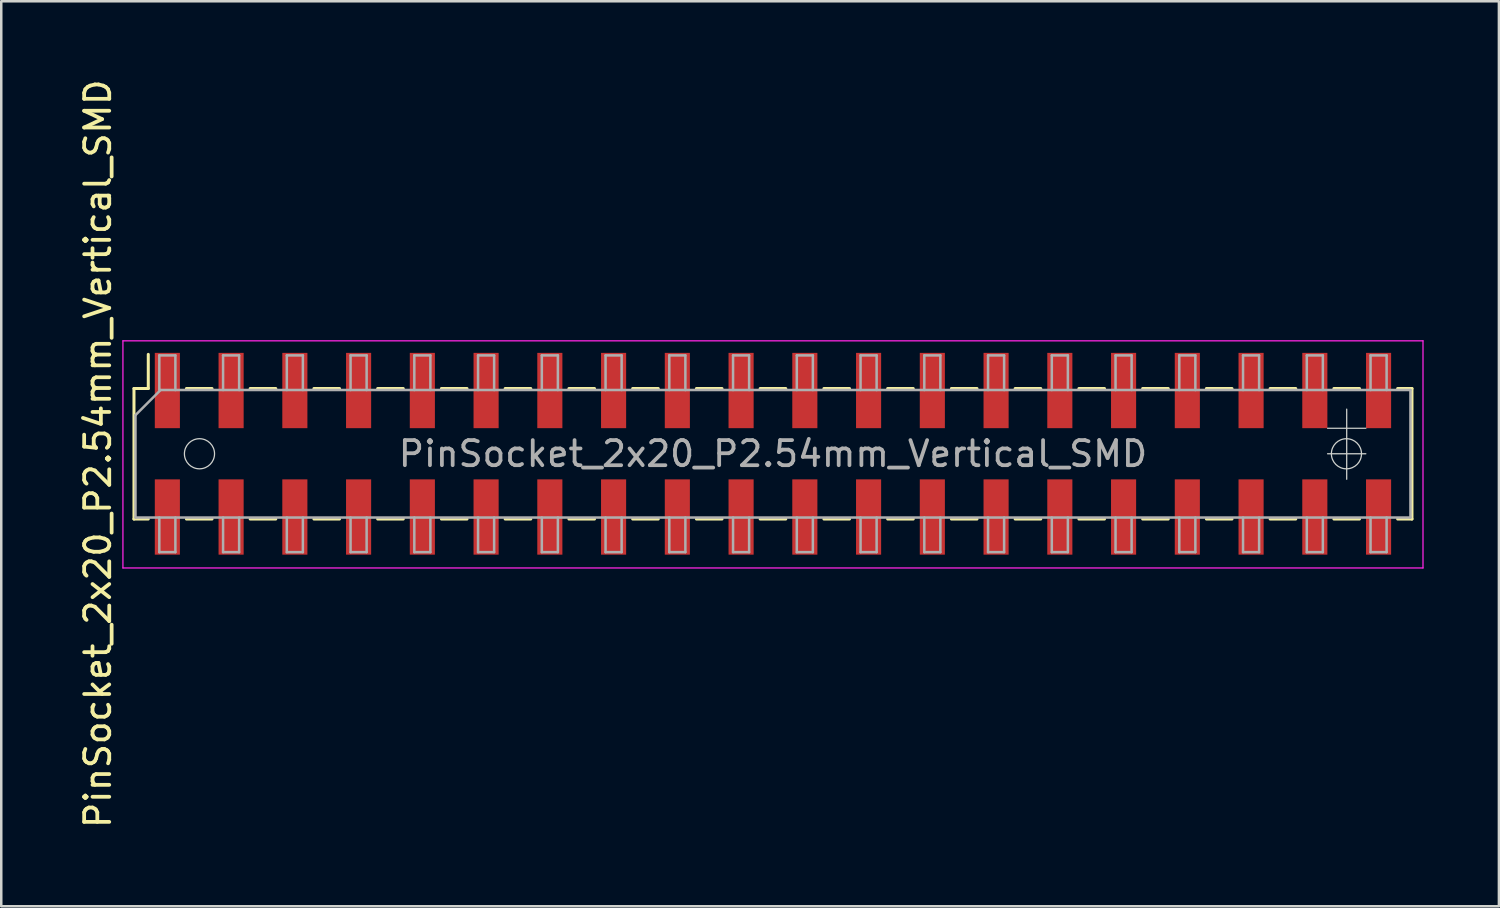
<source format=kicad_pcb>
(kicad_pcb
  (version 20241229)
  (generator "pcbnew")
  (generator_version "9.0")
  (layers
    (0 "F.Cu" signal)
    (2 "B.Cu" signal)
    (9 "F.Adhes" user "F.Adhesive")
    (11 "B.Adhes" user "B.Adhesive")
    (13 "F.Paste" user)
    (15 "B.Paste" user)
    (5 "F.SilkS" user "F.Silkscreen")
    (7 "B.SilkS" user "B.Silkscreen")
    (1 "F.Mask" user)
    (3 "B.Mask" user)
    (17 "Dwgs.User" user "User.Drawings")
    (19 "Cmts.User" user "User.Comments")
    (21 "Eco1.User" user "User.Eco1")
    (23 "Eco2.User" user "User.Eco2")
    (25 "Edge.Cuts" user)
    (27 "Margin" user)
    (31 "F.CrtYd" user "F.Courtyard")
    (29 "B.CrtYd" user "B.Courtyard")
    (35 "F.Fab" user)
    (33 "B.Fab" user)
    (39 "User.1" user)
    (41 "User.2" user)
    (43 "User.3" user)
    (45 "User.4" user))
  (footprint "PinSocket_2x20_P2.54mm_Vertical_SMD"
    (layer "F.Cu")
    (at 27.748 15.05)
    (property "Reference" "PinSocket_2x20_P2.54mm_Vertical_SMD" (at -26.9 -0.02 90) (layer "F.SilkS") (effects (font (size 1 1) (thickness 0.15))))
    (attr smd)
    (fp_line (start -25.46 -2.62) (end -24.89 -2.62) (stroke (width 0.12) (type solid)) (layer "F.SilkS"))
    (fp_line (start -25.46 2.58) (end -25.46 -2.62) (stroke (width 0.12) (type solid)) (layer "F.SilkS"))
    (fp_line (start -25.46 2.58) (end -24.89 2.58) (stroke (width 0.12) (type solid)) (layer "F.SilkS"))
    (fp_line (start -24.89 -2.62) (end -24.89 -3.98) (stroke (width 0.12) (type solid)) (layer "F.SilkS"))
    (fp_line (start -23.37 -2.62) (end -22.35 -2.62) (stroke (width 0.12) (type solid)) (layer "F.SilkS"))
    (fp_line (start -23.37 2.58) (end -22.35 2.58) (stroke (width 0.12) (type solid)) (layer "F.SilkS"))
    (fp_line (start -20.83 -2.62) (end -19.81 -2.62) (stroke (width 0.12) (type solid)) (layer "F.SilkS"))
    (fp_line (start -20.83 2.58) (end -19.81 2.58) (stroke (width 0.12) (type solid)) (layer "F.SilkS"))
    (fp_line (start -18.29 -2.62) (end -17.27 -2.62) (stroke (width 0.12) (type solid)) (layer "F.SilkS"))
    (fp_line (start -18.29 2.58) (end -17.27 2.58) (stroke (width 0.12) (type solid)) (layer "F.SilkS"))
    (fp_line (start -15.75 -2.62) (end -14.73 -2.62) (stroke (width 0.12) (type solid)) (layer "F.SilkS"))
    (fp_line (start -15.75 2.58) (end -14.73 2.58) (stroke (width 0.12) (type solid)) (layer "F.SilkS"))
    (fp_line (start -13.21 -2.62) (end -12.19 -2.62) (stroke (width 0.12) (type solid)) (layer "F.SilkS"))
    (fp_line (start -13.21 2.58) (end -12.19 2.58) (stroke (width 0.12) (type solid)) (layer "F.SilkS"))
    (fp_line (start -10.67 -2.62) (end -9.65 -2.62) (stroke (width 0.12) (type solid)) (layer "F.SilkS"))
    (fp_line (start -10.67 2.58) (end -9.65 2.58) (stroke (width 0.12) (type solid)) (layer "F.SilkS"))
    (fp_line (start -8.13 -2.62) (end -7.11 -2.62) (stroke (width 0.12) (type solid)) (layer "F.SilkS"))
    (fp_line (start -8.13 2.58) (end -7.11 2.58) (stroke (width 0.12) (type solid)) (layer "F.SilkS"))
    (fp_line (start -5.59 -2.62) (end -4.57 -2.62) (stroke (width 0.12) (type solid)) (layer "F.SilkS"))
    (fp_line (start -5.59 2.58) (end -4.57 2.58) (stroke (width 0.12) (type solid)) (layer "F.SilkS"))
    (fp_line (start -3.05 -2.62) (end -2.03 -2.62) (stroke (width 0.12) (type solid)) (layer "F.SilkS"))
    (fp_line (start -3.05 2.58) (end -2.03 2.58) (stroke (width 0.12) (type solid)) (layer "F.SilkS"))
    (fp_line (start -0.51 -2.62) (end 0.51 -2.62) (stroke (width 0.12) (type solid)) (layer "F.SilkS"))
    (fp_line (start -0.51 2.58) (end 0.51 2.58) (stroke (width 0.12) (type solid)) (layer "F.SilkS"))
    (fp_line (start 2.03 -2.62) (end 3.05 -2.62) (stroke (width 0.12) (type solid)) (layer "F.SilkS"))
    (fp_line (start 2.03 2.58) (end 3.05 2.58) (stroke (width 0.12) (type solid)) (layer "F.SilkS"))
    (fp_line (start 4.57 -2.62) (end 5.59 -2.62) (stroke (width 0.12) (type solid)) (layer "F.SilkS"))
    (fp_line (start 4.57 2.58) (end 5.59 2.58) (stroke (width 0.12) (type solid)) (layer "F.SilkS"))
    (fp_line (start 7.11 -2.62) (end 8.13 -2.62) (stroke (width 0.12) (type solid)) (layer "F.SilkS"))
    (fp_line (start 7.11 2.58) (end 8.13 2.58) (stroke (width 0.12) (type solid)) (layer "F.SilkS"))
    (fp_line (start 9.65 -2.62) (end 10.67 -2.62) (stroke (width 0.12) (type solid)) (layer "F.SilkS"))
    (fp_line (start 9.65 2.58) (end 10.67 2.58) (stroke (width 0.12) (type solid)) (layer "F.SilkS"))
    (fp_line (start 12.19 -2.62) (end 13.21 -2.62) (stroke (width 0.12) (type solid)) (layer "F.SilkS"))
    (fp_line (start 12.19 2.58) (end 13.21 2.58) (stroke (width 0.12) (type solid)) (layer "F.SilkS"))
    (fp_line (start 14.73 -2.62) (end 15.75 -2.62) (stroke (width 0.12) (type solid)) (layer "F.SilkS"))
    (fp_line (start 14.73 2.58) (end 15.75 2.58) (stroke (width 0.12) (type solid)) (layer "F.SilkS"))
    (fp_line (start 17.27 -2.62) (end 18.29 -2.62) (stroke (width 0.12) (type solid)) (layer "F.SilkS"))
    (fp_line (start 17.27 2.58) (end 18.29 2.58) (stroke (width 0.12) (type solid)) (layer "F.SilkS"))
    (fp_line (start 19.81 -2.62) (end 20.83 -2.62) (stroke (width 0.12) (type solid)) (layer "F.SilkS"))
    (fp_line (start 19.81 2.58) (end 20.83 2.58) (stroke (width 0.12) (type solid)) (layer "F.SilkS"))
    (fp_line (start 22.35 -2.62) (end 23.37 -2.62) (stroke (width 0.12) (type solid)) (layer "F.SilkS"))
    (fp_line (start 22.35 2.58) (end 23.37 2.58) (stroke (width 0.12) (type solid)) (layer "F.SilkS"))
    (fp_line (start 24.89 -2.62) (end 25.46 -2.62) (stroke (width 0.12) (type solid)) (layer "F.SilkS"))
    (fp_line (start 24.89 2.58) (end 25.46 2.58) (stroke (width 0.12) (type solid)) (layer "F.SilkS"))
    (fp_line (start 25.46 2.58) (end 25.46 -2.62) (stroke (width 0.12) (type solid)) (layer "F.SilkS"))
    (fp_line (start 22.86 -1.798) (end 22.86 0.996) (stroke (width 0.05) (type default)) (layer "Edge.Cuts"))
    (fp_line (start 23.622 -1.036) (end 22.098 -1.036) (stroke (width 0.05) (type default)) (layer "Edge.Cuts"))
    (fp_line (start 23.622 -0.02) (end 22.098 -0.02) (stroke (width 0.05) (type default)) (layer "Edge.Cuts"))
    (fp_circle (center -22.85 -0.02) (end -22.85 -0.62) (stroke (width 0.05) (type default)) (fill no) (layer "Edge.Cuts"))
    (fp_circle (center 22.85 -0.02) (end 22.85 -0.62) (stroke (width 0.05) (type default)) (fill no) (layer "Edge.Cuts"))
    (fp_line (start -25.9 -4.52) (end 25.9 -4.52) (stroke (width 0.05) (type solid)) (layer "F.CrtYd"))
    (fp_line (start -25.9 4.53) (end -25.9 -4.52) (stroke (width 0.05) (type solid)) (layer "F.CrtYd"))
    (fp_line (start 25.9 -4.52) (end 25.9 4.53) (stroke (width 0.05) (type solid)) (layer "F.CrtYd"))
    (fp_line (start 25.9 4.53) (end -25.9 4.53) (stroke (width 0.05) (type solid)) (layer "F.CrtYd"))
    (fp_line (start -25.4 -1.56) (end -24.4 -2.56) (stroke (width 0.1) (type solid)) (layer "F.Fab"))
    (fp_line (start -25.4 2.52) (end -25.4 -1.56) (stroke (width 0.1) (type solid)) (layer "F.Fab"))
    (fp_line (start -24.45 -3.94) (end -23.81 -3.94) (stroke (width 0.1) (type solid)) (layer "F.Fab"))
    (fp_line (start -24.45 -2.56) (end -24.45 -3.94) (stroke (width 0.1) (type solid)) (layer "F.Fab"))
    (fp_line (start -24.45 3.9) (end -24.45 2.52) (stroke (width 0.1) (type solid)) (layer "F.Fab"))
    (fp_line (start -24.4 -2.56) (end 25.4 -2.56) (stroke (width 0.1) (type solid)) (layer "F.Fab"))
    (fp_line (start -23.81 -3.94) (end -23.81 -2.56) (stroke (width 0.1) (type solid)) (layer "F.Fab"))
    (fp_line (start -23.81 2.52) (end -23.81 3.9) (stroke (width 0.1) (type solid)) (layer "F.Fab"))
    (fp_line (start -23.81 3.9) (end -24.45 3.9) (stroke (width 0.1) (type solid)) (layer "F.Fab"))
    (fp_line (start -21.91 -3.94) (end -21.27 -3.94) (stroke (width 0.1) (type solid)) (layer "F.Fab"))
    (fp_line (start -21.91 -2.56) (end -21.91 -3.94) (stroke (width 0.1) (type solid)) (layer "F.Fab"))
    (fp_line (start -21.91 3.9) (end -21.91 2.52) (stroke (width 0.1) (type solid)) (layer "F.Fab"))
    (fp_line (start -21.27 -3.94) (end -21.27 -2.56) (stroke (width 0.1) (type solid)) (layer "F.Fab"))
    (fp_line (start -21.27 2.52) (end -21.27 3.9) (stroke (width 0.1) (type solid)) (layer "F.Fab"))
    (fp_line (start -21.27 3.9) (end -21.91 3.9) (stroke (width 0.1) (type solid)) (layer "F.Fab"))
    (fp_line (start -19.37 -3.94) (end -18.73 -3.94) (stroke (width 0.1) (type solid)) (layer "F.Fab"))
    (fp_line (start -19.37 -2.56) (end -19.37 -3.94) (stroke (width 0.1) (type solid)) (layer "F.Fab"))
    (fp_line (start -19.37 3.9) (end -19.37 2.52) (stroke (width 0.1) (type solid)) (layer "F.Fab"))
    (fp_line (start -18.73 -3.94) (end -18.73 -2.56) (stroke (width 0.1) (type solid)) (layer "F.Fab"))
    (fp_line (start -18.73 2.52) (end -18.73 3.9) (stroke (width 0.1) (type solid)) (layer "F.Fab"))
    (fp_line (start -18.73 3.9) (end -19.37 3.9) (stroke (width 0.1) (type solid)) (layer "F.Fab"))
    (fp_line (start -16.83 -3.94) (end -16.19 -3.94) (stroke (width 0.1) (type solid)) (layer "F.Fab"))
    (fp_line (start -16.83 -2.56) (end -16.83 -3.94) (stroke (width 0.1) (type solid)) (layer "F.Fab"))
    (fp_line (start -16.83 3.9) (end -16.83 2.52) (stroke (width 0.1) (type solid)) (layer "F.Fab"))
    (fp_line (start -16.19 -3.94) (end -16.19 -2.56) (stroke (width 0.1) (type solid)) (layer "F.Fab"))
    (fp_line (start -16.19 2.52) (end -16.19 3.9) (stroke (width 0.1) (type solid)) (layer "F.Fab"))
    (fp_line (start -16.19 3.9) (end -16.83 3.9) (stroke (width 0.1) (type solid)) (layer "F.Fab"))
    (fp_line (start -14.29 -3.94) (end -13.65 -3.94) (stroke (width 0.1) (type solid)) (layer "F.Fab"))
    (fp_line (start -14.29 -2.56) (end -14.29 -3.94) (stroke (width 0.1) (type solid)) (layer "F.Fab"))
    (fp_line (start -14.29 3.9) (end -14.29 2.52) (stroke (width 0.1) (type solid)) (layer "F.Fab"))
    (fp_line (start -13.65 -3.94) (end -13.65 -2.56) (stroke (width 0.1) (type solid)) (layer "F.Fab"))
    (fp_line (start -13.65 2.52) (end -13.65 3.9) (stroke (width 0.1) (type solid)) (layer "F.Fab"))
    (fp_line (start -13.65 3.9) (end -14.29 3.9) (stroke (width 0.1) (type solid)) (layer "F.Fab"))
    (fp_line (start -11.75 -3.94) (end -11.11 -3.94) (stroke (width 0.1) (type solid)) (layer "F.Fab"))
    (fp_line (start -11.75 -2.56) (end -11.75 -3.94) (stroke (width 0.1) (type solid)) (layer "F.Fab"))
    (fp_line (start -11.75 3.9) (end -11.75 2.52) (stroke (width 0.1) (type solid)) (layer "F.Fab"))
    (fp_line (start -11.11 -3.94) (end -11.11 -2.56) (stroke (width 0.1) (type solid)) (layer "F.Fab"))
    (fp_line (start -11.11 2.52) (end -11.11 3.9) (stroke (width 0.1) (type solid)) (layer "F.Fab"))
    (fp_line (start -11.11 3.9) (end -11.75 3.9) (stroke (width 0.1) (type solid)) (layer "F.Fab"))
    (fp_line (start -9.21 -3.94) (end -8.57 -3.94) (stroke (width 0.1) (type solid)) (layer "F.Fab"))
    (fp_line (start -9.21 -2.56) (end -9.21 -3.94) (stroke (width 0.1) (type solid)) (layer "F.Fab"))
    (fp_line (start -9.21 3.9) (end -9.21 2.52) (stroke (width 0.1) (type solid)) (layer "F.Fab"))
    (fp_line (start -8.57 -3.94) (end -8.57 -2.56) (stroke (width 0.1) (type solid)) (layer "F.Fab"))
    (fp_line (start -8.57 2.52) (end -8.57 3.9) (stroke (width 0.1) (type solid)) (layer "F.Fab"))
    (fp_line (start -8.57 3.9) (end -9.21 3.9) (stroke (width 0.1) (type solid)) (layer "F.Fab"))
    (fp_line (start -6.67 -3.94) (end -6.03 -3.94) (stroke (width 0.1) (type solid)) (layer "F.Fab"))
    (fp_line (start -6.67 -2.56) (end -6.67 -3.94) (stroke (width 0.1) (type solid)) (layer "F.Fab"))
    (fp_line (start -6.67 3.9) (end -6.67 2.52) (stroke (width 0.1) (type solid)) (layer "F.Fab"))
    (fp_line (start -6.03 -3.94) (end -6.03 -2.56) (stroke (width 0.1) (type solid)) (layer "F.Fab"))
    (fp_line (start -6.03 2.52) (end -6.03 3.9) (stroke (width 0.1) (type solid)) (layer "F.Fab"))
    (fp_line (start -6.03 3.9) (end -6.67 3.9) (stroke (width 0.1) (type solid)) (layer "F.Fab"))
    (fp_line (start -4.13 -3.94) (end -3.49 -3.94) (stroke (width 0.1) (type solid)) (layer "F.Fab"))
    (fp_line (start -4.13 -2.56) (end -4.13 -3.94) (stroke (width 0.1) (type solid)) (layer "F.Fab"))
    (fp_line (start -4.13 3.9) (end -4.13 2.52) (stroke (width 0.1) (type solid)) (layer "F.Fab"))
    (fp_line (start -3.49 -3.94) (end -3.49 -2.56) (stroke (width 0.1) (type solid)) (layer "F.Fab"))
    (fp_line (start -3.49 2.52) (end -3.49 3.9) (stroke (width 0.1) (type solid)) (layer "F.Fab"))
    (fp_line (start -3.49 3.9) (end -4.13 3.9) (stroke (width 0.1) (type solid)) (layer "F.Fab"))
    (fp_line (start -1.59 -3.94) (end -0.95 -3.94) (stroke (width 0.1) (type solid)) (layer "F.Fab"))
    (fp_line (start -1.59 -2.56) (end -1.59 -3.94) (stroke (width 0.1) (type solid)) (layer "F.Fab"))
    (fp_line (start -1.59 3.9) (end -1.59 2.52) (stroke (width 0.1) (type solid)) (layer "F.Fab"))
    (fp_line (start -0.95 -3.94) (end -0.95 -2.56) (stroke (width 0.1) (type solid)) (layer "F.Fab"))
    (fp_line (start -0.95 2.52) (end -0.95 3.9) (stroke (width 0.1) (type solid)) (layer "F.Fab"))
    (fp_line (start -0.95 3.9) (end -1.59 3.9) (stroke (width 0.1) (type solid)) (layer "F.Fab"))
    (fp_line (start 0.95 -3.94) (end 1.59 -3.94) (stroke (width 0.1) (type solid)) (layer "F.Fab"))
    (fp_line (start 0.95 -2.56) (end 0.95 -3.94) (stroke (width 0.1) (type solid)) (layer "F.Fab"))
    (fp_line (start 0.95 3.9) (end 0.95 2.52) (stroke (width 0.1) (type solid)) (layer "F.Fab"))
    (fp_line (start 1.59 -3.94) (end 1.59 -2.56) (stroke (width 0.1) (type solid)) (layer "F.Fab"))
    (fp_line (start 1.59 2.52) (end 1.59 3.9) (stroke (width 0.1) (type solid)) (layer "F.Fab"))
    (fp_line (start 1.59 3.9) (end 0.95 3.9) (stroke (width 0.1) (type solid)) (layer "F.Fab"))
    (fp_line (start 3.49 -3.94) (end 4.13 -3.94) (stroke (width 0.1) (type solid)) (layer "F.Fab"))
    (fp_line (start 3.49 -2.56) (end 3.49 -3.94) (stroke (width 0.1) (type solid)) (layer "F.Fab"))
    (fp_line (start 3.49 3.9) (end 3.49 2.52) (stroke (width 0.1) (type solid)) (layer "F.Fab"))
    (fp_line (start 4.13 -3.94) (end 4.13 -2.56) (stroke (width 0.1) (type solid)) (layer "F.Fab"))
    (fp_line (start 4.13 2.52) (end 4.13 3.9) (stroke (width 0.1) (type solid)) (layer "F.Fab"))
    (fp_line (start 4.13 3.9) (end 3.49 3.9) (stroke (width 0.1) (type solid)) (layer "F.Fab"))
    (fp_line (start 6.03 -3.94) (end 6.67 -3.94) (stroke (width 0.1) (type solid)) (layer "F.Fab"))
    (fp_line (start 6.03 -2.56) (end 6.03 -3.94) (stroke (width 0.1) (type solid)) (layer "F.Fab"))
    (fp_line (start 6.03 3.9) (end 6.03 2.52) (stroke (width 0.1) (type solid)) (layer "F.Fab"))
    (fp_line (start 6.67 -3.94) (end 6.67 -2.56) (stroke (width 0.1) (type solid)) (layer "F.Fab"))
    (fp_line (start 6.67 2.52) (end 6.67 3.9) (stroke (width 0.1) (type solid)) (layer "F.Fab"))
    (fp_line (start 6.67 3.9) (end 6.03 3.9) (stroke (width 0.1) (type solid)) (layer "F.Fab"))
    (fp_line (start 8.57 -3.94) (end 9.21 -3.94) (stroke (width 0.1) (type solid)) (layer "F.Fab"))
    (fp_line (start 8.57 -2.56) (end 8.57 -3.94) (stroke (width 0.1) (type solid)) (layer "F.Fab"))
    (fp_line (start 8.57 3.9) (end 8.57 2.52) (stroke (width 0.1) (type solid)) (layer "F.Fab"))
    (fp_line (start 9.21 -3.94) (end 9.21 -2.56) (stroke (width 0.1) (type solid)) (layer "F.Fab"))
    (fp_line (start 9.21 2.52) (end 9.21 3.9) (stroke (width 0.1) (type solid)) (layer "F.Fab"))
    (fp_line (start 9.21 3.9) (end 8.57 3.9) (stroke (width 0.1) (type solid)) (layer "F.Fab"))
    (fp_line (start 11.11 -3.94) (end 11.75 -3.94) (stroke (width 0.1) (type solid)) (layer "F.Fab"))
    (fp_line (start 11.11 -2.56) (end 11.11 -3.94) (stroke (width 0.1) (type solid)) (layer "F.Fab"))
    (fp_line (start 11.11 3.9) (end 11.11 2.52) (stroke (width 0.1) (type solid)) (layer "F.Fab"))
    (fp_line (start 11.75 -3.94) (end 11.75 -2.56) (stroke (width 0.1) (type solid)) (layer "F.Fab"))
    (fp_line (start 11.75 2.52) (end 11.75 3.9) (stroke (width 0.1) (type solid)) (layer "F.Fab"))
    (fp_line (start 11.75 3.9) (end 11.11 3.9) (stroke (width 0.1) (type solid)) (layer "F.Fab"))
    (fp_line (start 13.65 -3.94) (end 14.29 -3.94) (stroke (width 0.1) (type solid)) (layer "F.Fab"))
    (fp_line (start 13.65 -2.56) (end 13.65 -3.94) (stroke (width 0.1) (type solid)) (layer "F.Fab"))
    (fp_line (start 13.65 3.9) (end 13.65 2.52) (stroke (width 0.1) (type solid)) (layer "F.Fab"))
    (fp_line (start 14.29 -3.94) (end 14.29 -2.56) (stroke (width 0.1) (type solid)) (layer "F.Fab"))
    (fp_line (start 14.29 2.52) (end 14.29 3.9) (stroke (width 0.1) (type solid)) (layer "F.Fab"))
    (fp_line (start 14.29 3.9) (end 13.65 3.9) (stroke (width 0.1) (type solid)) (layer "F.Fab"))
    (fp_line (start 16.19 -3.94) (end 16.83 -3.94) (stroke (width 0.1) (type solid)) (layer "F.Fab"))
    (fp_line (start 16.19 -2.56) (end 16.19 -3.94) (stroke (width 0.1) (type solid)) (layer "F.Fab"))
    (fp_line (start 16.19 3.9) (end 16.19 2.52) (stroke (width 0.1) (type solid)) (layer "F.Fab"))
    (fp_line (start 16.83 -3.94) (end 16.83 -2.56) (stroke (width 0.1) (type solid)) (layer "F.Fab"))
    (fp_line (start 16.83 2.52) (end 16.83 3.9) (stroke (width 0.1) (type solid)) (layer "F.Fab"))
    (fp_line (start 16.83 3.9) (end 16.19 3.9) (stroke (width 0.1) (type solid)) (layer "F.Fab"))
    (fp_line (start 18.73 -3.94) (end 19.37 -3.94) (stroke (width 0.1) (type solid)) (layer "F.Fab"))
    (fp_line (start 18.73 -2.56) (end 18.73 -3.94) (stroke (width 0.1) (type solid)) (layer "F.Fab"))
    (fp_line (start 18.73 3.9) (end 18.73 2.52) (stroke (width 0.1) (type solid)) (layer "F.Fab"))
    (fp_line (start 19.37 -3.94) (end 19.37 -2.56) (stroke (width 0.1) (type solid)) (layer "F.Fab"))
    (fp_line (start 19.37 2.52) (end 19.37 3.9) (stroke (width 0.1) (type solid)) (layer "F.Fab"))
    (fp_line (start 19.37 3.9) (end 18.73 3.9) (stroke (width 0.1) (type solid)) (layer "F.Fab"))
    (fp_line (start 21.27 -3.94) (end 21.91 -3.94) (stroke (width 0.1) (type solid)) (layer "F.Fab"))
    (fp_line (start 21.27 -2.56) (end 21.27 -3.94) (stroke (width 0.1) (type solid)) (layer "F.Fab"))
    (fp_line (start 21.27 3.9) (end 21.27 2.52) (stroke (width 0.1) (type solid)) (layer "F.Fab"))
    (fp_line (start 21.91 -3.94) (end 21.91 -2.56) (stroke (width 0.1) (type solid)) (layer "F.Fab"))
    (fp_line (start 21.91 2.52) (end 21.91 3.9) (stroke (width 0.1) (type solid)) (layer "F.Fab"))
    (fp_line (start 21.91 3.9) (end 21.27 3.9) (stroke (width 0.1) (type solid)) (layer "F.Fab"))
    (fp_line (start 23.81 -3.94) (end 24.45 -3.94) (stroke (width 0.1) (type solid)) (layer "F.Fab"))
    (fp_line (start 23.81 -2.56) (end 23.81 -3.94) (stroke (width 0.1) (type solid)) (layer "F.Fab"))
    (fp_line (start 23.81 3.9) (end 23.81 2.52) (stroke (width 0.1) (type solid)) (layer "F.Fab"))
    (fp_line (start 24.45 -3.94) (end 24.45 -2.56) (stroke (width 0.1) (type solid)) (layer "F.Fab"))
    (fp_line (start 24.45 2.52) (end 24.45 3.9) (stroke (width 0.1) (type solid)) (layer "F.Fab"))
    (fp_line (start 24.45 3.9) (end 23.81 3.9) (stroke (width 0.1) (type solid)) (layer "F.Fab"))
    (fp_line (start 25.4 -2.56) (end 25.4 2.52) (stroke (width 0.1) (type solid)) (layer "F.Fab"))
    (fp_line (start 25.4 2.52) (end -25.4 2.52) (stroke (width 0.1) (type solid)) (layer "F.Fab"))
    (fp_text user "${REFERENCE}" (at 0 -0.02 180) (layer "F.Fab") (effects (font (size 1 1) (thickness 0.15))))
    (pad "1" smd rect (at -24.13 2.5 270) (size 3 1) (layers "F.Cu" "F.Mask" "F.Paste"))
    (pad "2" smd rect (at -24.13 -2.54 270) (size 3 1) (layers "F.Cu" "F.Mask" "F.Paste"))
    (pad "3" smd rect (at -21.59 2.5 270) (size 3 1) (layers "F.Cu" "F.Mask" "F.Paste"))
    (pad "4" smd rect (at -21.59 -2.54 270) (size 3 1) (layers "F.Cu" "F.Mask" "F.Paste"))
    (pad "5" smd rect (at -19.05 2.5 270) (size 3 1) (layers "F.Cu" "F.Mask" "F.Paste"))
    (pad "6" smd rect (at -19.05 -2.54 270) (size 3 1) (layers "F.Cu" "F.Mask" "F.Paste"))
    (pad "7" smd rect (at -16.51 2.5 270) (size 3 1) (layers "F.Cu" "F.Mask" "F.Paste"))
    (pad "8" smd rect (at -16.51 -2.54 270) (size 3 1) (layers "F.Cu" "F.Mask" "F.Paste"))
    (pad "9" smd rect (at -13.97 2.5 270) (size 3 1) (layers "F.Cu" "F.Mask" "F.Paste"))
    (pad "10" smd rect (at -13.97 -2.54 270) (size 3 1) (layers "F.Cu" "F.Mask" "F.Paste"))
    (pad "11" smd rect (at -11.43 2.5 270) (size 3 1) (layers "F.Cu" "F.Mask" "F.Paste"))
    (pad "12" smd rect (at -11.43 -2.54 270) (size 3 1) (layers "F.Cu" "F.Mask" "F.Paste"))
    (pad "13" smd rect (at -8.89 2.5 270) (size 3 1) (layers "F.Cu" "F.Mask" "F.Paste"))
    (pad "14" smd rect (at -8.89 -2.54 270) (size 3 1) (layers "F.Cu" "F.Mask" "F.Paste"))
    (pad "15" smd rect (at -6.35 2.5 270) (size 3 1) (layers "F.Cu" "F.Mask" "F.Paste"))
    (pad "16" smd rect (at -6.35 -2.54 270) (size 3 1) (layers "F.Cu" "F.Mask" "F.Paste"))
    (pad "17" smd rect (at -3.81 2.5 270) (size 3 1) (layers "F.Cu" "F.Mask" "F.Paste"))
    (pad "18" smd rect (at -3.81 -2.54 270) (size 3 1) (layers "F.Cu" "F.Mask" "F.Paste"))
    (pad "19" smd rect (at -1.27 2.5 270) (size 3 1) (layers "F.Cu" "F.Mask" "F.Paste"))
    (pad "20" smd rect (at -1.27 -2.54 270) (size 3 1) (layers "F.Cu" "F.Mask" "F.Paste"))
    (pad "21" smd rect (at 1.27 2.5 270) (size 3 1) (layers "F.Cu" "F.Mask" "F.Paste"))
    (pad "22" smd rect (at 1.27 -2.54 270) (size 3 1) (layers "F.Cu" "F.Mask" "F.Paste"))
    (pad "23" smd rect (at 3.81 2.5 270) (size 3 1) (layers "F.Cu" "F.Mask" "F.Paste"))
    (pad "24" smd rect (at 3.81 -2.54 270) (size 3 1) (layers "F.Cu" "F.Mask" "F.Paste"))
    (pad "25" smd rect (at 6.35 2.5 270) (size 3 1) (layers "F.Cu" "F.Mask" "F.Paste"))
    (pad "26" smd rect (at 6.35 -2.54 270) (size 3 1) (layers "F.Cu" "F.Mask" "F.Paste"))
    (pad "27" smd rect (at 8.89 2.5 270) (size 3 1) (layers "F.Cu" "F.Mask" "F.Paste"))
    (pad "28" smd rect (at 8.89 -2.54 270) (size 3 1) (layers "F.Cu" "F.Mask" "F.Paste"))
    (pad "29" smd rect (at 11.43 2.5 270) (size 3 1) (layers "F.Cu" "F.Mask" "F.Paste"))
    (pad "30" smd rect (at 11.43 -2.54 270) (size 3 1) (layers "F.Cu" "F.Mask" "F.Paste"))
    (pad "31" smd rect (at 13.97 2.5 270) (size 3 1) (layers "F.Cu" "F.Mask" "F.Paste"))
    (pad "32" smd rect (at 13.97 -2.54 270) (size 3 1) (layers "F.Cu" "F.Mask" "F.Paste"))
    (pad "33" smd rect (at 16.51 2.5 270) (size 3 1) (layers "F.Cu" "F.Mask" "F.Paste"))
    (pad "34" smd rect (at 16.51 -2.54 270) (size 3 1) (layers "F.Cu" "F.Mask" "F.Paste"))
    (pad "35" smd rect (at 19.05 2.5 270) (size 3 1) (layers "F.Cu" "F.Mask" "F.Paste"))
    (pad "36" smd rect (at 19.05 -2.54 270) (size 3 1) (layers "F.Cu" "F.Mask" "F.Paste"))
    (pad "37" smd rect (at 21.59 2.5 270) (size 3 1) (layers "F.Cu" "F.Mask" "F.Paste"))
    (pad "38" smd rect (at 21.59 -2.54 270) (size 3 1) (layers "F.Cu" "F.Mask" "F.Paste"))
    (pad "39" smd rect (at 24.13 2.5 270) (size 3 1) (layers "F.Cu" "F.Mask" "F.Paste"))
    (pad "40" smd rect (at 24.13 -2.54 270) (size 3 1) (layers "F.Cu" "F.Mask" "F.Paste")))
  (gr_rect
    (start -3 -3)
    (end 56.673 33.06)
    (stroke (width 0.1) (type default))
    (fill no)
    (layer "Edge.Cuts")))
</source>
